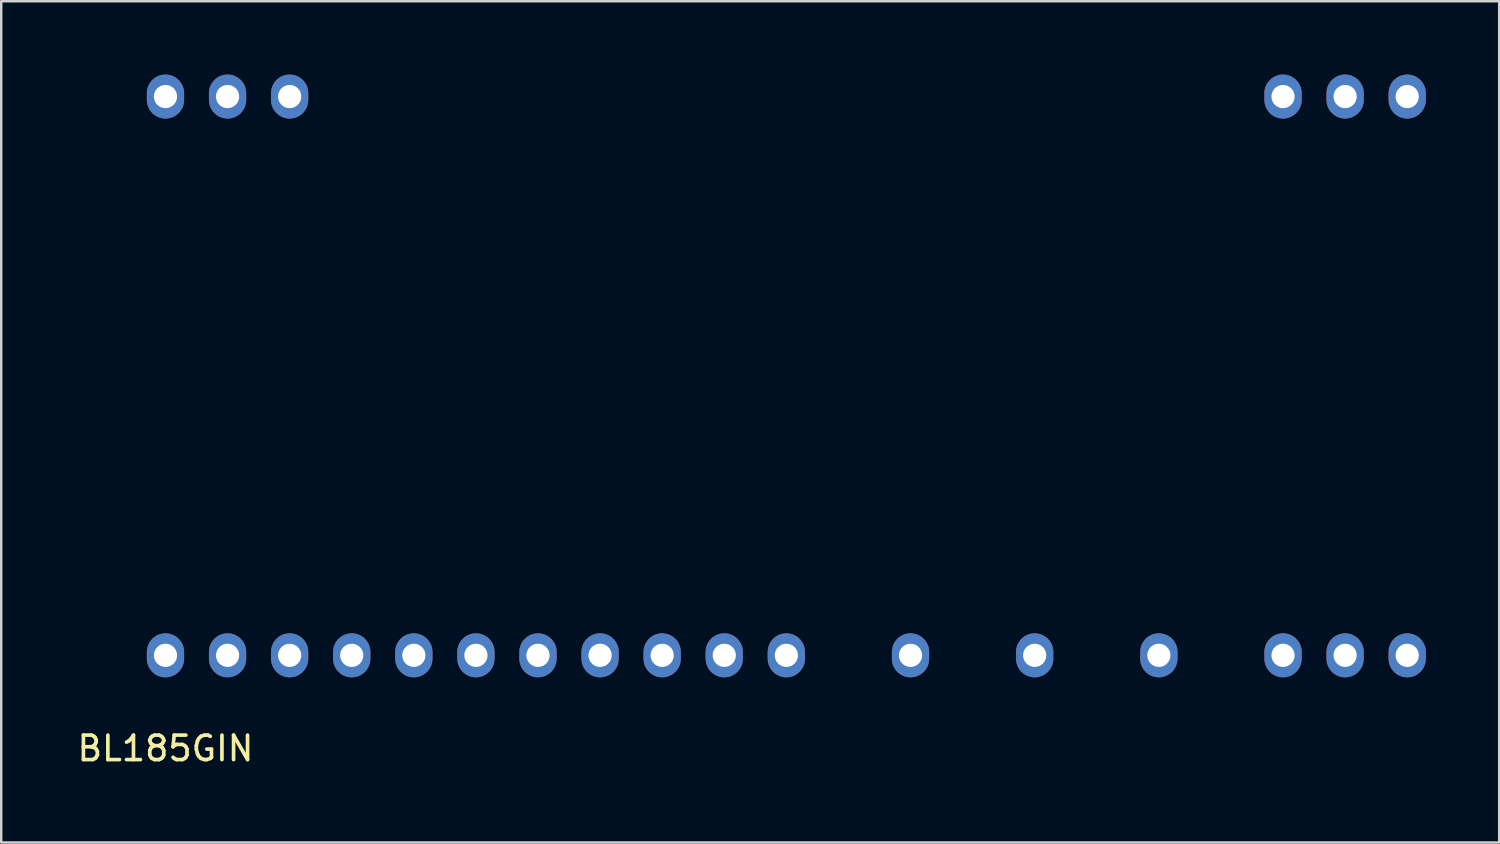
<source format=kicad_pcb>
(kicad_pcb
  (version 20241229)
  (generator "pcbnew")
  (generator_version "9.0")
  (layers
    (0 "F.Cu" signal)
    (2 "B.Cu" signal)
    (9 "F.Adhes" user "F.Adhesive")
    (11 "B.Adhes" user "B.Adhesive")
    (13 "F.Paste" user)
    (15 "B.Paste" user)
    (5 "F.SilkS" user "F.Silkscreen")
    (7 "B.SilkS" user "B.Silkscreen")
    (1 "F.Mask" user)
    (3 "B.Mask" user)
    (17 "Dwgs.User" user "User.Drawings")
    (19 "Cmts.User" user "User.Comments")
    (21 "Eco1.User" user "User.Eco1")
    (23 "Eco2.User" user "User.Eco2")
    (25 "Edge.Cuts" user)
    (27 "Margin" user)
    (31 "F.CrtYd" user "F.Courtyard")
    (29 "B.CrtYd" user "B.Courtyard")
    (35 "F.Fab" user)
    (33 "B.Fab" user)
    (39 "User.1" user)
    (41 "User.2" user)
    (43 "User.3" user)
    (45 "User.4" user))
  (footprint "BL185GIN"
    (layer "F.Cu")
    (at 3.72 23.76)
    (property "Reference" "BL185GIN" (at 0 3.81 0) (layer "F.SilkS") (effects (font (size 1 1) (thickness 0.15))))
    (attr through_hole)
    (pad "1" thru_hole oval (at 0 0) (size 1.525 1.8) (drill 0.95) (layers "*.Cu" "*.Mask"))
    (pad "2" thru_hole oval (at 2.54 0) (size 1.525 1.8) (drill 0.95) (layers "*.Cu" "*.Mask"))
    (pad "3" thru_hole oval (at 5.08 0) (size 1.525 1.8) (drill 0.95) (layers "*.Cu" "*.Mask"))
    (pad "4" thru_hole oval (at 7.62 0) (size 1.525 1.8) (drill 0.95) (layers "*.Cu" "*.Mask"))
    (pad "5" thru_hole oval (at 10.16 0) (size 1.525 1.8) (drill 0.95) (layers "*.Cu" "*.Mask"))
    (pad "6" thru_hole oval (at 12.7 0) (size 1.525 1.8) (drill 0.95) (layers "*.Cu" "*.Mask"))
    (pad "7" thru_hole oval (at 15.24 0) (size 1.525 1.8) (drill 0.95) (layers "*.Cu" "*.Mask"))
    (pad "8" thru_hole oval (at 17.78 0) (size 1.525 1.8) (drill 0.95) (layers "*.Cu" "*.Mask"))
    (pad "9" thru_hole oval (at 20.32 0) (size 1.525 1.8) (drill 0.95) (layers "*.Cu" "*.Mask"))
    (pad "10" thru_hole oval (at 22.86 0) (size 1.525 1.8) (drill 0.95) (layers "*.Cu" "*.Mask"))
    (pad "11" thru_hole oval (at 25.4 0) (size 1.525 1.8) (drill 0.95) (layers "*.Cu" "*.Mask"))
    (pad "12" thru_hole oval (at 30.48 0) (size 1.525 1.8) (drill 0.95) (layers "*.Cu" "*.Mask"))
    (pad "13" thru_hole oval (at 35.56 0) (size 1.525 1.8) (drill 0.95) (layers "*.Cu" "*.Mask"))
    (pad "14" thru_hole oval (at 40.64 0) (size 1.525 1.8) (drill 0.95) (layers "*.Cu" "*.Mask"))
    (pad "15" thru_hole oval (at 45.72 0) (size 1.525 1.8) (drill 0.95) (layers "*.Cu" "*.Mask"))
    (pad "16" thru_hole oval (at 48.26 0) (size 1.525 1.8) (drill 0.95) (layers "*.Cu" "*.Mask"))
    (pad "17" thru_hole oval (at 50.8 0) (size 1.525 1.8) (drill 0.95) (layers "*.Cu" "*.Mask"))
    (pad "18" thru_hole oval (at 50.8 -22.86) (size 1.525 1.8) (drill 0.95) (layers "*.Cu" "*.Mask"))
    (pad "19" thru_hole oval (at 48.26 -22.86) (size 1.525 1.8) (drill 0.95) (layers "*.Cu" "*.Mask"))
    (pad "20" thru_hole oval (at 45.72 -22.86) (size 1.525 1.8) (drill 0.95) (layers "*.Cu" "*.Mask"))
    (pad "21" thru_hole oval (at 5.08 -22.86) (size 1.525 1.8) (drill 0.95) (layers "*.Cu" "*.Mask"))
    (pad "22" thru_hole oval (at 2.54 -22.86) (size 1.525 1.8) (drill 0.95) (layers "*.Cu" "*.Mask"))
    (pad "23" thru_hole oval (at 0 -22.86) (size 1.525 1.8) (drill 0.95) (layers "*.Cu" "*.Mask")))
  (gr_rect
    (start -3 -3)
    (end 58.283 31.418)
    (stroke (width 0.1) (type default))
    (fill no)
    (layer "Edge.Cuts")))
</source>
